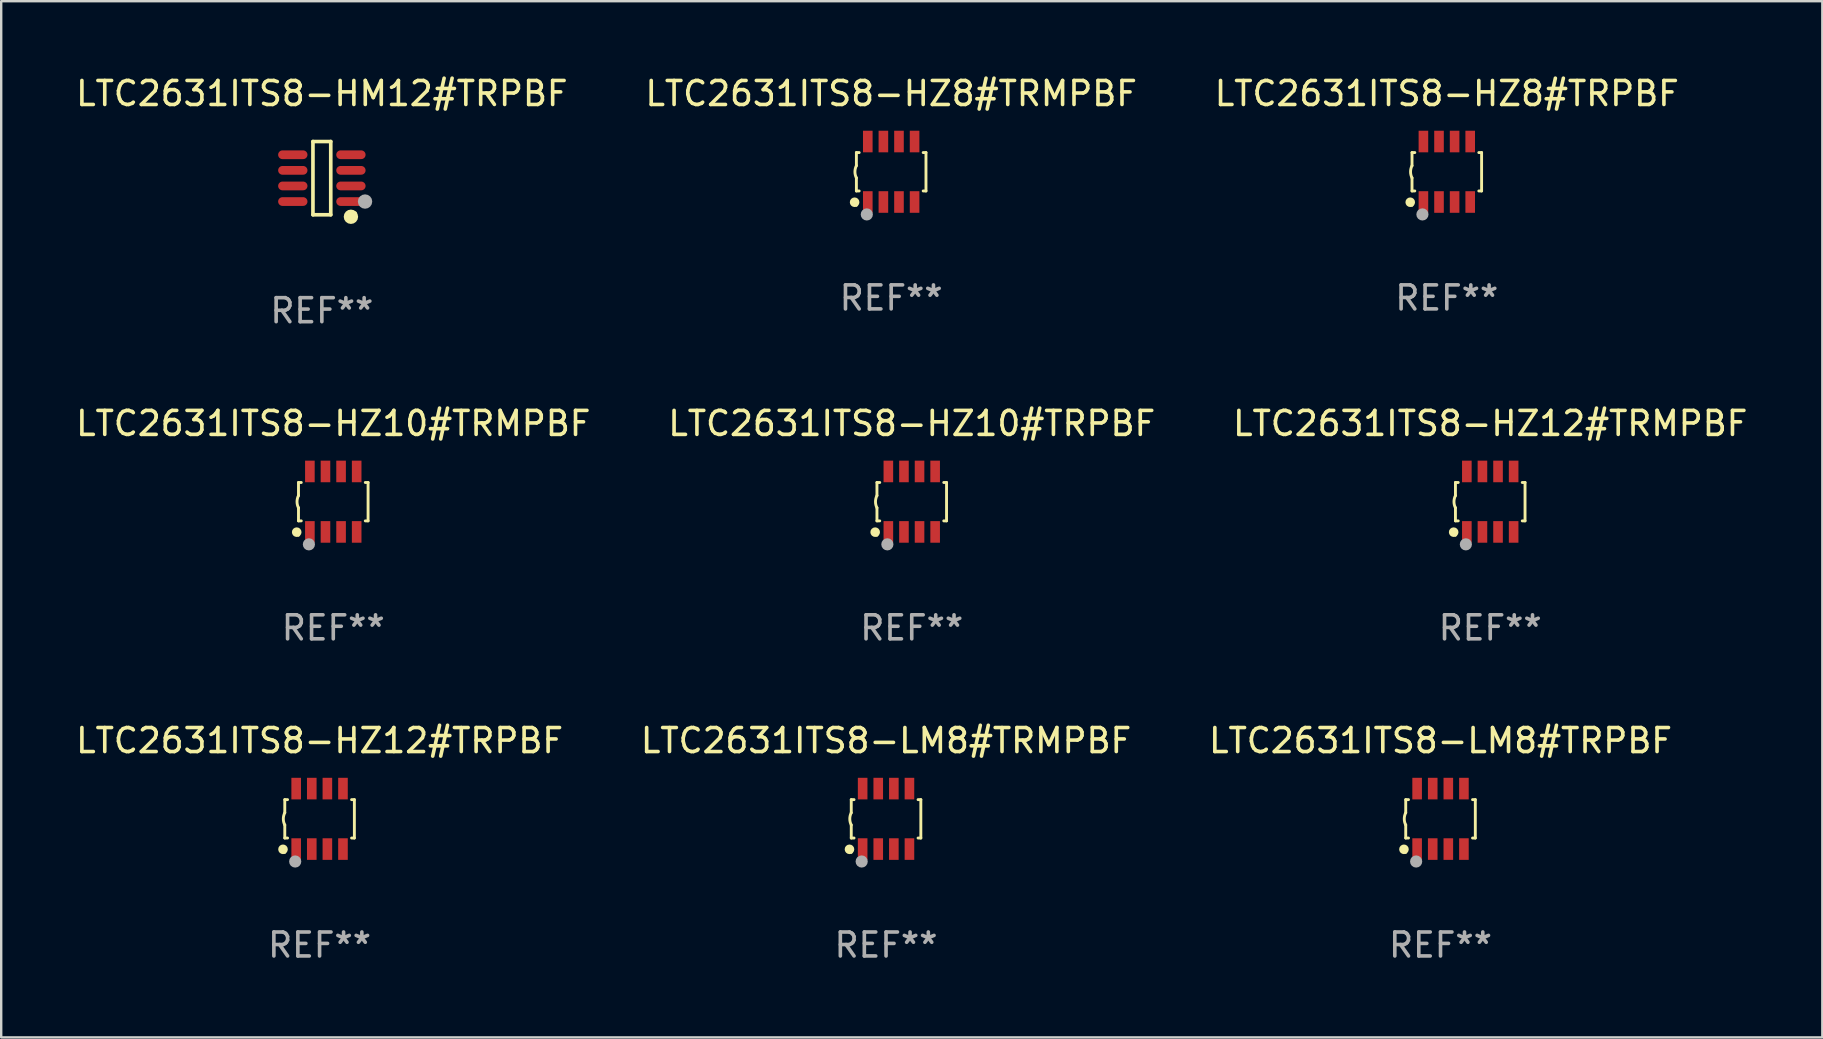
<source format=kicad_pcb>
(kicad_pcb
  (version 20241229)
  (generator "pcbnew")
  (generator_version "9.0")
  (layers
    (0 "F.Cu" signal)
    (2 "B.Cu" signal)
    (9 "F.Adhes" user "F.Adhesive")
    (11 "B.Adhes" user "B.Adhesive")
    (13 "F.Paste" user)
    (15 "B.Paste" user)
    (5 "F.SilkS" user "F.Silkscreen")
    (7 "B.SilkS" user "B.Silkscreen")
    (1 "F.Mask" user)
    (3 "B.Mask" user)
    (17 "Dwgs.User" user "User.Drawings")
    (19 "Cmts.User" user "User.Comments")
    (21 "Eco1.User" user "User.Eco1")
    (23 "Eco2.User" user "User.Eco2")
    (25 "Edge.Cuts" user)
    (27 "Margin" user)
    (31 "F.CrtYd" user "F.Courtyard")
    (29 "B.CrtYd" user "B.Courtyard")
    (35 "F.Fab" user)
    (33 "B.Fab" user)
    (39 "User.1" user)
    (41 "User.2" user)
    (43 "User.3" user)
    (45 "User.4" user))
  (footprint "LTC2631ITS8-HZ10#TRMPBF"
    (layer "F.Cu")
    (at 10.839 17.857)
    (property "Reference" "LTC2631ITS8-HZ10#TRMPBF" (at 0 -3.26 0) (layer "F.SilkS") (effects (font (size 1 1) (thickness 0.15))))
    (attr through_hole)
    (fp_line (start -1.45 -0.8) (end -1.45 -0.254) (stroke (width 0.12) (type solid)) (layer "F.SilkS"))
    (fp_line (start -1.45 -0.8) (end -1.334 -0.8) (stroke (width 0.12) (type solid)) (layer "F.SilkS"))
    (fp_line (start -1.45 0.8) (end -1.45 0.254) (stroke (width 0.12) (type solid)) (layer "F.SilkS"))
    (fp_line (start -1.45 0.8) (end -1.334 0.8) (stroke (width 0.12) (type solid)) (layer "F.SilkS"))
    (fp_line (start 1.334 -0.8) (end 1.45 -0.8) (stroke (width 0.12) (type solid)) (layer "F.SilkS"))
    (fp_line (start 1.334 0.8) (end 1.45 0.8) (stroke (width 0.12) (type solid)) (layer "F.SilkS"))
    (fp_line (start 1.45 0.8) (end 1.45 -0.8) (stroke (width 0.12) (type solid)) (layer "F.SilkS"))
    (fp_arc (start -1.45075 0.255144) (mid -1.510605 0.000434) (end -1.450013 -0.254102) (stroke (width 0.11999) (type solid)) (layer "F.SilkS"))
    (fp_circle (center -1.524 1.27) (end -1.424 1.27) (stroke (width 0.2) (type solid)) (fill no) (layer "F.SilkS"))
    (fp_circle (center -1.45 1.4) (end -1.42 1.4) (stroke (width 0.06) (type solid)) (fill no) (layer "F.SilkS"))
    (fp_circle (center -1.016 1.778) (end -0.889 1.778) (stroke (width 0.254) (type solid)) (fill no) (layer "F.Fab"))
    (fp_text user "REF**" (at 0 5.26 0) (layer "F.Fab") (effects (font (size 1 1) (thickness 0.15))))
    (pad "1" smd rect (at -0.975 1.26) (size 0.4 0.9) (layers "F.Cu" "F.Mask" "F.Paste"))
    (pad "2" smd rect (at -0.325 1.26) (size 0.4 0.9) (layers "F.Cu" "F.Mask" "F.Paste"))
    (pad "3" smd rect (at 0.325 1.26) (size 0.4 0.9) (layers "F.Cu" "F.Mask" "F.Paste"))
    (pad "4" smd rect (at 0.975 1.26) (size 0.4 0.9) (layers "F.Cu" "F.Mask" "F.Paste"))
    (pad "5" smd rect (at 0.975 -1.26) (size 0.4 0.9) (layers "F.Cu" "F.Mask" "F.Paste"))
    (pad "6" smd rect (at 0.325 -1.26) (size 0.4 0.9) (layers "F.Cu" "F.Mask" "F.Paste"))
    (pad "7" smd rect (at -0.325 -1.26) (size 0.4 0.9) (layers "F.Cu" "F.Mask" "F.Paste"))
    (pad "8" smd rect (at -0.975 -1.26) (size 0.4 0.9) (layers "F.Cu" "F.Mask" "F.Paste")))
  (footprint "LTC2631ITS8-HZ12#TRMPBF"
    (layer "F.Cu")
    (at 59.054 17.857)
    (property "Reference" "LTC2631ITS8-HZ12#TRMPBF" (at 0 -3.26 0) (layer "F.SilkS") (effects (font (size 1 1) (thickness 0.15))))
    (attr through_hole)
    (fp_line (start -1.45 -0.8) (end -1.45 -0.254) (stroke (width 0.12) (type solid)) (layer "F.SilkS"))
    (fp_line (start -1.45 -0.8) (end -1.334 -0.8) (stroke (width 0.12) (type solid)) (layer "F.SilkS"))
    (fp_line (start -1.45 0.8) (end -1.45 0.254) (stroke (width 0.12) (type solid)) (layer "F.SilkS"))
    (fp_line (start -1.45 0.8) (end -1.334 0.8) (stroke (width 0.12) (type solid)) (layer "F.SilkS"))
    (fp_line (start 1.334 -0.8) (end 1.45 -0.8) (stroke (width 0.12) (type solid)) (layer "F.SilkS"))
    (fp_line (start 1.334 0.8) (end 1.45 0.8) (stroke (width 0.12) (type solid)) (layer "F.SilkS"))
    (fp_line (start 1.45 0.8) (end 1.45 -0.8) (stroke (width 0.12) (type solid)) (layer "F.SilkS"))
    (fp_arc (start -1.45075 0.255144) (mid -1.510605 0.000434) (end -1.450013 -0.254102) (stroke (width 0.11999) (type solid)) (layer "F.SilkS"))
    (fp_circle (center -1.524 1.27) (end -1.424 1.27) (stroke (width 0.2) (type solid)) (fill no) (layer "F.SilkS"))
    (fp_circle (center -1.45 1.4) (end -1.42 1.4) (stroke (width 0.06) (type solid)) (fill no) (layer "F.SilkS"))
    (fp_circle (center -1.016 1.778) (end -0.889 1.778) (stroke (width 0.254) (type solid)) (fill no) (layer "F.Fab"))
    (fp_text user "REF**" (at 0 5.26 0) (layer "F.Fab") (effects (font (size 1 1) (thickness 0.15))))
    (pad "1" smd rect (at -0.975 1.26) (size 0.4 0.9) (layers "F.Cu" "F.Mask" "F.Paste"))
    (pad "2" smd rect (at -0.325 1.26) (size 0.4 0.9) (layers "F.Cu" "F.Mask" "F.Paste"))
    (pad "3" smd rect (at 0.325 1.26) (size 0.4 0.9) (layers "F.Cu" "F.Mask" "F.Paste"))
    (pad "4" smd rect (at 0.975 1.26) (size 0.4 0.9) (layers "F.Cu" "F.Mask" "F.Paste"))
    (pad "5" smd rect (at 0.975 -1.26) (size 0.4 0.9) (layers "F.Cu" "F.Mask" "F.Paste"))
    (pad "6" smd rect (at 0.325 -1.26) (size 0.4 0.9) (layers "F.Cu" "F.Mask" "F.Paste"))
    (pad "7" smd rect (at -0.325 -1.26) (size 0.4 0.9) (layers "F.Cu" "F.Mask" "F.Paste"))
    (pad "8" smd rect (at -0.975 -1.26) (size 0.4 0.9) (layers "F.Cu" "F.Mask" "F.Paste")))
  (footprint "LTC2631ITS8-HZ8#TRMPBF"
    (layer "F.Cu")
    (at 34.089 4.108)
    (property "Reference" "LTC2631ITS8-HZ8#TRMPBF" (at 0 -3.26 0) (layer "F.SilkS") (effects (font (size 1 1) (thickness 0.15))))
    (attr through_hole)
    (fp_line (start -1.45 -0.8) (end -1.45 -0.254) (stroke (width 0.12) (type solid)) (layer "F.SilkS"))
    (fp_line (start -1.45 -0.8) (end -1.334 -0.8) (stroke (width 0.12) (type solid)) (layer "F.SilkS"))
    (fp_line (start -1.45 0.8) (end -1.45 0.254) (stroke (width 0.12) (type solid)) (layer "F.SilkS"))
    (fp_line (start -1.45 0.8) (end -1.334 0.8) (stroke (width 0.12) (type solid)) (layer "F.SilkS"))
    (fp_line (start 1.334 -0.8) (end 1.45 -0.8) (stroke (width 0.12) (type solid)) (layer "F.SilkS"))
    (fp_line (start 1.334 0.8) (end 1.45 0.8) (stroke (width 0.12) (type solid)) (layer "F.SilkS"))
    (fp_line (start 1.45 0.8) (end 1.45 -0.8) (stroke (width 0.12) (type solid)) (layer "F.SilkS"))
    (fp_arc (start -1.45075 0.255144) (mid -1.510605 0.000434) (end -1.450013 -0.254102) (stroke (width 0.11999) (type solid)) (layer "F.SilkS"))
    (fp_circle (center -1.524 1.27) (end -1.424 1.27) (stroke (width 0.2) (type solid)) (fill no) (layer "F.SilkS"))
    (fp_circle (center -1.45 1.4) (end -1.42 1.4) (stroke (width 0.06) (type solid)) (fill no) (layer "F.SilkS"))
    (fp_circle (center -1.016 1.778) (end -0.889 1.778) (stroke (width 0.254) (type solid)) (fill no) (layer "F.Fab"))
    (fp_text user "REF**" (at 0 5.26 0) (layer "F.Fab") (effects (font (size 1 1) (thickness 0.15))))
    (pad "1" smd rect (at -0.975 1.26) (size 0.4 0.9) (layers "F.Cu" "F.Mask" "F.Paste"))
    (pad "2" smd rect (at -0.325 1.26) (size 0.4 0.9) (layers "F.Cu" "F.Mask" "F.Paste"))
    (pad "3" smd rect (at 0.325 1.26) (size 0.4 0.9) (layers "F.Cu" "F.Mask" "F.Paste"))
    (pad "4" smd rect (at 0.975 1.26) (size 0.4 0.9) (layers "F.Cu" "F.Mask" "F.Paste"))
    (pad "5" smd rect (at 0.975 -1.26) (size 0.4 0.9) (layers "F.Cu" "F.Mask" "F.Paste"))
    (pad "6" smd rect (at 0.325 -1.26) (size 0.4 0.9) (layers "F.Cu" "F.Mask" "F.Paste"))
    (pad "7" smd rect (at -0.325 -1.26) (size 0.4 0.9) (layers "F.Cu" "F.Mask" "F.Paste"))
    (pad "8" smd rect (at -0.975 -1.26) (size 0.4 0.9) (layers "F.Cu" "F.Mask" "F.Paste")))
  (footprint "LTC2631ITS8-HM12#TRPBF"
    (layer "F.Cu")
    (at 10.363 4.374)
    (property "Reference" "LTC2631ITS8-HM12#TRPBF" (at 0 -3.526 0) (layer "F.SilkS") (effects (font (size 1 1) (thickness 0.15))))
    (attr through_hole)
    (fp_line (start -0.371 -1.526) (end 0.371 -1.526) (stroke (width 0.152) (type solid)) (layer "F.SilkS"))
    (fp_line (start -0.371 1.526) (end -0.371 -1.526) (stroke (width 0.152) (type solid)) (layer "F.SilkS"))
    (fp_line (start 0.371 -1.526) (end 0.371 1.526) (stroke (width 0.152) (type solid)) (layer "F.SilkS"))
    (fp_line (start 0.371 1.526) (end -0.371 1.526) (stroke (width 0.152) (type solid)) (layer "F.SilkS"))
    (fp_circle (center 1.211 1.609) (end 1.361 1.609) (stroke (width 0.3) (type solid)) (fill no) (layer "F.SilkS"))
    (fp_circle (center 1.4 1.45) (end 1.43 1.45) (stroke (width 0.06) (type solid)) (fill no) (layer "F.SilkS"))
    (fp_circle (center 1.8 0.975) (end 1.95 0.975) (stroke (width 0.3) (type solid)) (fill no) (layer "F.Fab"))
    (fp_text user "REF**" (at 0 5.526 0) (layer "F.Fab") (effects (font (size 1 1) (thickness 0.15))))
    (pad "1" smd oval (at 1.211 0.975) (size 1.222 0.364) (layers "F.Cu" "F.Mask" "F.Paste"))
    (pad "2" smd oval (at 1.211 0.325) (size 1.222 0.364) (layers "F.Cu" "F.Mask" "F.Paste"))
    (pad "3" smd oval (at 1.211 -0.325) (size 1.222 0.364) (layers "F.Cu" "F.Mask" "F.Paste"))
    (pad "4" smd oval (at 1.211 -0.975) (size 1.222 0.364) (layers "F.Cu" "F.Mask" "F.Paste"))
    (pad "5" smd oval (at -1.211 -0.975) (size 1.222 0.364) (layers "F.Cu" "F.Mask" "F.Paste"))
    (pad "6" smd oval (at -1.211 -0.325) (size 1.222 0.364) (layers "F.Cu" "F.Mask" "F.Paste"))
    (pad "7" smd oval (at -1.211 0.325) (size 1.222 0.364) (layers "F.Cu" "F.Mask" "F.Paste"))
    (pad "8" smd oval (at -1.211 0.975) (size 1.222 0.364) (layers "F.Cu" "F.Mask" "F.Paste")))
  (footprint "LTC2631ITS8-LM8#TRPBF"
    (layer "F.Cu")
    (at 56.982 31.074)
    (property "Reference" "LTC2631ITS8-LM8#TRPBF" (at 0 -3.26 0) (layer "F.SilkS") (effects (font (size 1 1) (thickness 0.15))))
    (attr through_hole)
    (fp_line (start -1.45 -0.8) (end -1.45 -0.254) (stroke (width 0.12) (type solid)) (layer "F.SilkS"))
    (fp_line (start -1.45 -0.8) (end -1.334 -0.8) (stroke (width 0.12) (type solid)) (layer "F.SilkS"))
    (fp_line (start -1.45 0.8) (end -1.45 0.254) (stroke (width 0.12) (type solid)) (layer "F.SilkS"))
    (fp_line (start -1.45 0.8) (end -1.334 0.8) (stroke (width 0.12) (type solid)) (layer "F.SilkS"))
    (fp_line (start 1.334 -0.8) (end 1.45 -0.8) (stroke (width 0.12) (type solid)) (layer "F.SilkS"))
    (fp_line (start 1.334 0.8) (end 1.45 0.8) (stroke (width 0.12) (type solid)) (layer "F.SilkS"))
    (fp_line (start 1.45 0.8) (end 1.45 -0.8) (stroke (width 0.12) (type solid)) (layer "F.SilkS"))
    (fp_arc (start -1.45075 0.255144) (mid -1.510605 0.000434) (end -1.450013 -0.254102) (stroke (width 0.11999) (type solid)) (layer "F.SilkS"))
    (fp_circle (center -1.524 1.27) (end -1.424 1.27) (stroke (width 0.2) (type solid)) (fill no) (layer "F.SilkS"))
    (fp_circle (center -1.45 1.4) (end -1.42 1.4) (stroke (width 0.06) (type solid)) (fill no) (layer "F.SilkS"))
    (fp_circle (center -1.016 1.778) (end -0.889 1.778) (stroke (width 0.254) (type solid)) (fill no) (layer "F.Fab"))
    (fp_text user "REF**" (at 0 5.26 0) (layer "F.Fab") (effects (font (size 1 1) (thickness 0.15))))
    (pad "1" smd rect (at -0.975 1.26) (size 0.4 0.9) (layers "F.Cu" "F.Mask" "F.Paste"))
    (pad "2" smd rect (at -0.325 1.26) (size 0.4 0.9) (layers "F.Cu" "F.Mask" "F.Paste"))
    (pad "3" smd rect (at 0.325 1.26) (size 0.4 0.9) (layers "F.Cu" "F.Mask" "F.Paste"))
    (pad "4" smd rect (at 0.975 1.26) (size 0.4 0.9) (layers "F.Cu" "F.Mask" "F.Paste"))
    (pad "5" smd rect (at 0.975 -1.26) (size 0.4 0.9) (layers "F.Cu" "F.Mask" "F.Paste"))
    (pad "6" smd rect (at 0.325 -1.26) (size 0.4 0.9) (layers "F.Cu" "F.Mask" "F.Paste"))
    (pad "7" smd rect (at -0.325 -1.26) (size 0.4 0.9) (layers "F.Cu" "F.Mask" "F.Paste"))
    (pad "8" smd rect (at -0.975 -1.26) (size 0.4 0.9) (layers "F.Cu" "F.Mask" "F.Paste")))
  (footprint "LTC2631ITS8-LM8#TRMPBF"
    (layer "F.Cu")
    (at 33.875 31.074)
    (property "Reference" "LTC2631ITS8-LM8#TRMPBF" (at 0 -3.26 0) (layer "F.SilkS") (effects (font (size 1 1) (thickness 0.15))))
    (attr through_hole)
    (fp_line (start -1.45 -0.8) (end -1.45 -0.254) (stroke (width 0.12) (type solid)) (layer "F.SilkS"))
    (fp_line (start -1.45 -0.8) (end -1.334 -0.8) (stroke (width 0.12) (type solid)) (layer "F.SilkS"))
    (fp_line (start -1.45 0.8) (end -1.45 0.254) (stroke (width 0.12) (type solid)) (layer "F.SilkS"))
    (fp_line (start -1.45 0.8) (end -1.334 0.8) (stroke (width 0.12) (type solid)) (layer "F.SilkS"))
    (fp_line (start 1.334 -0.8) (end 1.45 -0.8) (stroke (width 0.12) (type solid)) (layer "F.SilkS"))
    (fp_line (start 1.334 0.8) (end 1.45 0.8) (stroke (width 0.12) (type solid)) (layer "F.SilkS"))
    (fp_line (start 1.45 0.8) (end 1.45 -0.8) (stroke (width 0.12) (type solid)) (layer "F.SilkS"))
    (fp_arc (start -1.45075 0.255144) (mid -1.510605 0.000434) (end -1.450013 -0.254102) (stroke (width 0.11999) (type solid)) (layer "F.SilkS"))
    (fp_circle (center -1.524 1.27) (end -1.424 1.27) (stroke (width 0.2) (type solid)) (fill no) (layer "F.SilkS"))
    (fp_circle (center -1.45 1.4) (end -1.42 1.4) (stroke (width 0.06) (type solid)) (fill no) (layer "F.SilkS"))
    (fp_circle (center -1.016 1.778) (end -0.889 1.778) (stroke (width 0.254) (type solid)) (fill no) (layer "F.Fab"))
    (fp_text user "REF**" (at 0 5.26 0) (layer "F.Fab") (effects (font (size 1 1) (thickness 0.15))))
    (pad "1" smd rect (at -0.975 1.26) (size 0.4 0.9) (layers "F.Cu" "F.Mask" "F.Paste"))
    (pad "2" smd rect (at -0.325 1.26) (size 0.4 0.9) (layers "F.Cu" "F.Mask" "F.Paste"))
    (pad "3" smd rect (at 0.325 1.26) (size 0.4 0.9) (layers "F.Cu" "F.Mask" "F.Paste"))
    (pad "4" smd rect (at 0.975 1.26) (size 0.4 0.9) (layers "F.Cu" "F.Mask" "F.Paste"))
    (pad "5" smd rect (at 0.975 -1.26) (size 0.4 0.9) (layers "F.Cu" "F.Mask" "F.Paste"))
    (pad "6" smd rect (at 0.325 -1.26) (size 0.4 0.9) (layers "F.Cu" "F.Mask" "F.Paste"))
    (pad "7" smd rect (at -0.325 -1.26) (size 0.4 0.9) (layers "F.Cu" "F.Mask" "F.Paste"))
    (pad "8" smd rect (at -0.975 -1.26) (size 0.4 0.9) (layers "F.Cu" "F.Mask" "F.Paste")))
  (footprint "LTC2631ITS8-HZ10#TRPBF"
    (layer "F.Cu")
    (at 34.946 17.857)
    (property "Reference" "LTC2631ITS8-HZ10#TRPBF" (at 0 -3.26 0) (layer "F.SilkS") (effects (font (size 1 1) (thickness 0.15))))
    (attr through_hole)
    (fp_line (start -1.45 -0.8) (end -1.45 -0.254) (stroke (width 0.12) (type solid)) (layer "F.SilkS"))
    (fp_line (start -1.45 -0.8) (end -1.334 -0.8) (stroke (width 0.12) (type solid)) (layer "F.SilkS"))
    (fp_line (start -1.45 0.8) (end -1.45 0.254) (stroke (width 0.12) (type solid)) (layer "F.SilkS"))
    (fp_line (start -1.45 0.8) (end -1.334 0.8) (stroke (width 0.12) (type solid)) (layer "F.SilkS"))
    (fp_line (start 1.334 -0.8) (end 1.45 -0.8) (stroke (width 0.12) (type solid)) (layer "F.SilkS"))
    (fp_line (start 1.334 0.8) (end 1.45 0.8) (stroke (width 0.12) (type solid)) (layer "F.SilkS"))
    (fp_line (start 1.45 0.8) (end 1.45 -0.8) (stroke (width 0.12) (type solid)) (layer "F.SilkS"))
    (fp_arc (start -1.45075 0.255144) (mid -1.510605 0.000434) (end -1.450013 -0.254102) (stroke (width 0.11999) (type solid)) (layer "F.SilkS"))
    (fp_circle (center -1.524 1.27) (end -1.424 1.27) (stroke (width 0.2) (type solid)) (fill no) (layer "F.SilkS"))
    (fp_circle (center -1.45 1.4) (end -1.42 1.4) (stroke (width 0.06) (type solid)) (fill no) (layer "F.SilkS"))
    (fp_circle (center -1.016 1.778) (end -0.889 1.778) (stroke (width 0.254) (type solid)) (fill no) (layer "F.Fab"))
    (fp_text user "REF**" (at 0 5.26 0) (layer "F.Fab") (effects (font (size 1 1) (thickness 0.15))))
    (pad "1" smd rect (at -0.975 1.26) (size 0.4 0.9) (layers "F.Cu" "F.Mask" "F.Paste"))
    (pad "2" smd rect (at -0.325 1.26) (size 0.4 0.9) (layers "F.Cu" "F.Mask" "F.Paste"))
    (pad "3" smd rect (at 0.325 1.26) (size 0.4 0.9) (layers "F.Cu" "F.Mask" "F.Paste"))
    (pad "4" smd rect (at 0.975 1.26) (size 0.4 0.9) (layers "F.Cu" "F.Mask" "F.Paste"))
    (pad "5" smd rect (at 0.975 -1.26) (size 0.4 0.9) (layers "F.Cu" "F.Mask" "F.Paste"))
    (pad "6" smd rect (at 0.325 -1.26) (size 0.4 0.9) (layers "F.Cu" "F.Mask" "F.Paste"))
    (pad "7" smd rect (at -0.325 -1.26) (size 0.4 0.9) (layers "F.Cu" "F.Mask" "F.Paste"))
    (pad "8" smd rect (at -0.975 -1.26) (size 0.4 0.9) (layers "F.Cu" "F.Mask" "F.Paste")))
  (footprint "LTC2631ITS8-HZ8#TRPBF"
    (layer "F.Cu")
    (at 57.244 4.108)
    (property "Reference" "LTC2631ITS8-HZ8#TRPBF" (at 0 -3.26 0) (layer "F.SilkS") (effects (font (size 1 1) (thickness 0.15))))
    (attr through_hole)
    (fp_line (start -1.45 -0.8) (end -1.45 -0.254) (stroke (width 0.12) (type solid)) (layer "F.SilkS"))
    (fp_line (start -1.45 -0.8) (end -1.334 -0.8) (stroke (width 0.12) (type solid)) (layer "F.SilkS"))
    (fp_line (start -1.45 0.8) (end -1.45 0.254) (stroke (width 0.12) (type solid)) (layer "F.SilkS"))
    (fp_line (start -1.45 0.8) (end -1.334 0.8) (stroke (width 0.12) (type solid)) (layer "F.SilkS"))
    (fp_line (start 1.334 -0.8) (end 1.45 -0.8) (stroke (width 0.12) (type solid)) (layer "F.SilkS"))
    (fp_line (start 1.334 0.8) (end 1.45 0.8) (stroke (width 0.12) (type solid)) (layer "F.SilkS"))
    (fp_line (start 1.45 0.8) (end 1.45 -0.8) (stroke (width 0.12) (type solid)) (layer "F.SilkS"))
    (fp_arc (start -1.45075 0.255144) (mid -1.510605 0.000434) (end -1.450013 -0.254102) (stroke (width 0.11999) (type solid)) (layer "F.SilkS"))
    (fp_circle (center -1.524 1.27) (end -1.424 1.27) (stroke (width 0.2) (type solid)) (fill no) (layer "F.SilkS"))
    (fp_circle (center -1.45 1.4) (end -1.42 1.4) (stroke (width 0.06) (type solid)) (fill no) (layer "F.SilkS"))
    (fp_circle (center -1.016 1.778) (end -0.889 1.778) (stroke (width 0.254) (type solid)) (fill no) (layer "F.Fab"))
    (fp_text user "REF**" (at 0 5.26 0) (layer "F.Fab") (effects (font (size 1 1) (thickness 0.15))))
    (pad "1" smd rect (at -0.975 1.26) (size 0.4 0.9) (layers "F.Cu" "F.Mask" "F.Paste"))
    (pad "2" smd rect (at -0.325 1.26) (size 0.4 0.9) (layers "F.Cu" "F.Mask" "F.Paste"))
    (pad "3" smd rect (at 0.325 1.26) (size 0.4 0.9) (layers "F.Cu" "F.Mask" "F.Paste"))
    (pad "4" smd rect (at 0.975 1.26) (size 0.4 0.9) (layers "F.Cu" "F.Mask" "F.Paste"))
    (pad "5" smd rect (at 0.975 -1.26) (size 0.4 0.9) (layers "F.Cu" "F.Mask" "F.Paste"))
    (pad "6" smd rect (at 0.325 -1.26) (size 0.4 0.9) (layers "F.Cu" "F.Mask" "F.Paste"))
    (pad "7" smd rect (at -0.325 -1.26) (size 0.4 0.9) (layers "F.Cu" "F.Mask" "F.Paste"))
    (pad "8" smd rect (at -0.975 -1.26) (size 0.4 0.9) (layers "F.Cu" "F.Mask" "F.Paste")))
  (footprint "LTC2631ITS8-HZ12#TRPBF"
    (layer "F.Cu")
    (at 10.268 31.074)
    (property "Reference" "LTC2631ITS8-HZ12#TRPBF" (at 0 -3.26 0) (layer "F.SilkS") (effects (font (size 1 1) (thickness 0.15))))
    (attr through_hole)
    (fp_line (start -1.45 -0.8) (end -1.45 -0.254) (stroke (width 0.12) (type solid)) (layer "F.SilkS"))
    (fp_line (start -1.45 -0.8) (end -1.334 -0.8) (stroke (width 0.12) (type solid)) (layer "F.SilkS"))
    (fp_line (start -1.45 0.8) (end -1.45 0.254) (stroke (width 0.12) (type solid)) (layer "F.SilkS"))
    (fp_line (start -1.45 0.8) (end -1.334 0.8) (stroke (width 0.12) (type solid)) (layer "F.SilkS"))
    (fp_line (start 1.334 -0.8) (end 1.45 -0.8) (stroke (width 0.12) (type solid)) (layer "F.SilkS"))
    (fp_line (start 1.334 0.8) (end 1.45 0.8) (stroke (width 0.12) (type solid)) (layer "F.SilkS"))
    (fp_line (start 1.45 0.8) (end 1.45 -0.8) (stroke (width 0.12) (type solid)) (layer "F.SilkS"))
    (fp_arc (start -1.45075 0.255144) (mid -1.510605 0.000434) (end -1.450013 -0.254102) (stroke (width 0.11999) (type solid)) (layer "F.SilkS"))
    (fp_circle (center -1.524 1.27) (end -1.424 1.27) (stroke (width 0.2) (type solid)) (fill no) (layer "F.SilkS"))
    (fp_circle (center -1.45 1.4) (end -1.42 1.4) (stroke (width 0.06) (type solid)) (fill no) (layer "F.SilkS"))
    (fp_circle (center -1.016 1.778) (end -0.889 1.778) (stroke (width 0.254) (type solid)) (fill no) (layer "F.Fab"))
    (fp_text user "REF**" (at 0 5.26 0) (layer "F.Fab") (effects (font (size 1 1) (thickness 0.15))))
    (pad "1" smd rect (at -0.975 1.26) (size 0.4 0.9) (layers "F.Cu" "F.Mask" "F.Paste"))
    (pad "2" smd rect (at -0.325 1.26) (size 0.4 0.9) (layers "F.Cu" "F.Mask" "F.Paste"))
    (pad "3" smd rect (at 0.325 1.26) (size 0.4 0.9) (layers "F.Cu" "F.Mask" "F.Paste"))
    (pad "4" smd rect (at 0.975 1.26) (size 0.4 0.9) (layers "F.Cu" "F.Mask" "F.Paste"))
    (pad "5" smd rect (at 0.975 -1.26) (size 0.4 0.9) (layers "F.Cu" "F.Mask" "F.Paste"))
    (pad "6" smd rect (at 0.325 -1.26) (size 0.4 0.9) (layers "F.Cu" "F.Mask" "F.Paste"))
    (pad "7" smd rect (at -0.325 -1.26) (size 0.4 0.9) (layers "F.Cu" "F.Mask" "F.Paste"))
    (pad "8" smd rect (at -0.975 -1.26) (size 0.4 0.9) (layers "F.Cu" "F.Mask" "F.Paste")))
  (gr_rect
    (start -3 -3)
    (end 72.893 40.182)
    (stroke (width 0.1) (type default))
    (fill no)
    (layer "Edge.Cuts")))
</source>
